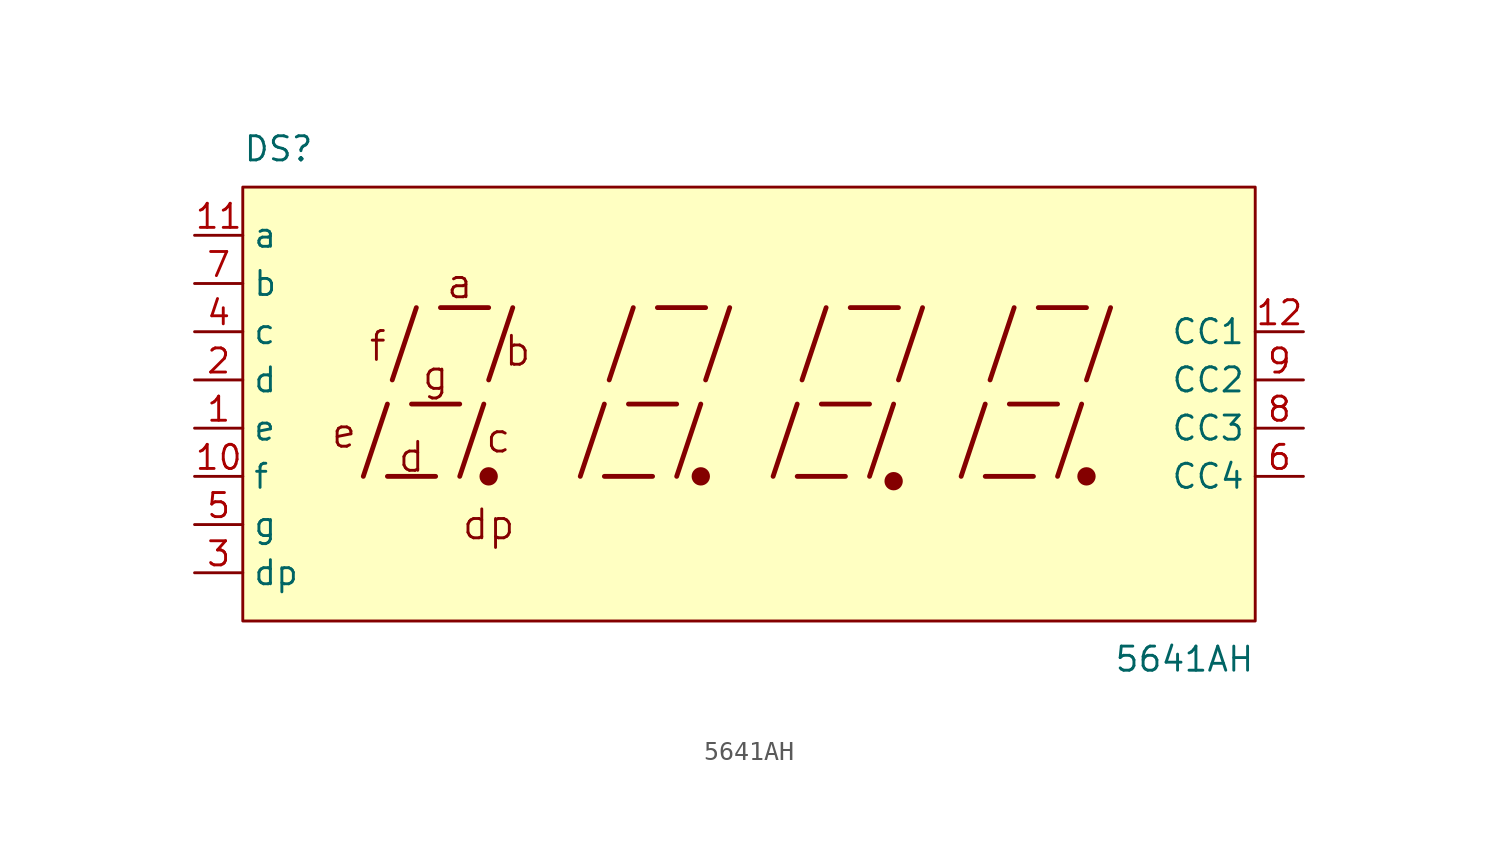
<source format=kicad_sym>
(kicad_symbol_lib
  (version 20211014)
  (generator kicad_symbol_editor)
  (symbol "5641AH"
    (property "Reference" "DS"
      (at -26.67 12.7 0)
      (effects (font (size 1.27 1.27)) (justify left bottom)))
    (property "Value" "5641AH"
      (at 26.67 -12.7 0)
      (effects (font (size 1.27 1.27)) (justify right top)))
    (symbol "5641AH_0_0"
      (rectangle (start -26.67 11.43) (end 26.67 -11.43) (stroke (width 0) (type default) (color 0 0 0 0)) (fill (type background)))
      (polyline (pts (xy -20.32 -3.81) (xy -19.05 0)) (stroke (width 0.254) (type default) (color 0 0 0 0)) (fill (type none)))
      (polyline (pts (xy -19.05 -3.81) (xy -16.51 -3.81)) (stroke (width 0.254) (type default) (color 0 0 0 0)) (fill (type none)))
      (polyline (pts (xy -18.796 1.27) (xy -17.526 5.08)) (stroke (width 0.254) (type default) (color 0 0 0 0)) (fill (type none)))
      (polyline (pts (xy -17.78 0) (xy -15.24 0)) (stroke (width 0.254) (type default) (color 0 0 0 0)) (fill (type none)))
      (polyline (pts (xy -16.256 5.08) (xy -13.716 5.08)) (stroke (width 0.254) (type default) (color 0 0 0 0)) (fill (type none)))
      (polyline (pts (xy -15.24 -3.81) (xy -13.97 0)) (stroke (width 0.254) (type default) (color 0 0 0 0)) (fill (type none)))
      (polyline (pts (xy -13.716 1.27) (xy -12.446 5.08)) (stroke (width 0.254) (type default) (color 0 0 0 0)) (fill (type none)))
      (polyline (pts (xy -8.89 -3.81) (xy -7.62 0)) (stroke (width 0.254) (type default) (color 0 0 0 0)) (fill (type none)))
      (polyline (pts (xy -7.62 -3.81) (xy -5.08 -3.81)) (stroke (width 0.254) (type default) (color 0 0 0 0)) (fill (type none)))
      (polyline (pts (xy -7.366 1.27) (xy -6.096 5.08)) (stroke (width 0.254) (type default) (color 0 0 0 0)) (fill (type none)))
      (polyline (pts (xy -6.35 0) (xy -3.81 0)) (stroke (width 0.254) (type default) (color 0 0 0 0)) (fill (type none)))
      (polyline (pts (xy -4.826 5.08) (xy -2.286 5.08)) (stroke (width 0.254) (type default) (color 0 0 0 0)) (fill (type none)))
      (polyline (pts (xy -3.81 -3.81) (xy -2.54 0)) (stroke (width 0.254) (type default) (color 0 0 0 0)) (fill (type none)))
      (polyline (pts (xy -2.286 1.27) (xy -1.016 5.08)) (stroke (width 0.254) (type default) (color 0 0 0 0)) (fill (type none)))
      (polyline (pts (xy 1.27 -3.81) (xy 2.54 0)) (stroke (width 0.254) (type default) (color 0 0 0 0)) (fill (type none)))
      (polyline (pts (xy 2.54 -3.81) (xy 5.08 -3.81)) (stroke (width 0.254) (type default) (color 0 0 0 0)) (fill (type none)))
      (polyline (pts (xy 2.794 1.27) (xy 4.064 5.08)) (stroke (width 0.254) (type default) (color 0 0 0 0)) (fill (type none)))
      (polyline (pts (xy 3.81 0) (xy 6.35 0)) (stroke (width 0.254) (type default) (color 0 0 0 0)) (fill (type none)))
      (polyline (pts (xy 5.334 5.08) (xy 7.874 5.08)) (stroke (width 0.254) (type default) (color 0 0 0 0)) (fill (type none)))
      (polyline (pts (xy 6.35 -3.81) (xy 7.62 0)) (stroke (width 0.254) (type default) (color 0 0 0 0)) (fill (type none)))
      (polyline (pts (xy 7.874 1.27) (xy 9.144 5.08)) (stroke (width 0.254) (type default) (color 0 0 0 0)) (fill (type none)))
      (polyline (pts (xy 11.176 -3.81) (xy 12.446 0)) (stroke (width 0.254) (type default) (color 0 0 0 0)) (fill (type none)))
      (polyline (pts (xy 12.446 -3.81) (xy 14.986 -3.81)) (stroke (width 0.254) (type default) (color 0 0 0 0)) (fill (type none)))
      (polyline (pts (xy 12.7 1.27) (xy 13.97 5.08)) (stroke (width 0.254) (type default) (color 0 0 0 0)) (fill (type none)))
      (polyline (pts (xy 13.716 0) (xy 16.256 0)) (stroke (width 0.254) (type default) (color 0 0 0 0)) (fill (type none)))
      (polyline (pts (xy 15.24 5.08) (xy 17.78 5.08)) (stroke (width 0.254) (type default) (color 0 0 0 0)) (fill (type none)))
      (polyline (pts (xy 16.256 -3.81) (xy 17.526 0)) (stroke (width 0.254) (type default) (color 0 0 0 0)) (fill (type none)))
      (polyline (pts (xy 17.78 1.27) (xy 19.05 5.08)) (stroke (width 0.254) (type default) (color 0 0 0 0)) (fill (type none)))
      (text "a" (at -15.24 6.35 0) (effects (font (size 1.524 1.524))))
      (text "b" (at -12.192 2.794 0) (effects (font (size 1.524 1.524))))
      (text "c" (at -13.208 -1.778 0) (effects (font (size 1.524 1.524))))
      (text "d" (at -17.78 -2.794 0) (effects (font (size 1.524 1.524))))
      (text "dp" (at -13.716 -6.35 0) (effects (font (size 1.524 1.524))))
      (text "e" (at -21.336 -1.524 0) (effects (font (size 1.524 1.524))))
      (text "f" (at -19.558 3.048 0) (effects (font (size 1.524 1.524))))
      (text "g" (at -16.51 1.524 0) (effects (font (size 1.524 1.524)))))
    (symbol "5641AH_0_1"
      (circle (center -13.716 -3.81) (radius 0.356) (stroke (width 0.254) (type default) (color 0 0 0 0)) (fill (type outline)))
      (circle (center -2.54 -3.81) (radius 0.356) (stroke (width 0.254) (type default) (color 0 0 0 0)) (fill (type outline))))
    (symbol "5641AH_1_0"
      (circle (center 7.62 -4.064) (radius 0.356) (stroke (width 0.254) (type default) (color 0 0 0 0)) (fill (type outline)))
      (circle (center 17.78 -3.81) (radius 0.356) (stroke (width 0.254) (type default) (color 0 0 0 0)) (fill (type outline))))
    (symbol "5641AH_1_1"
      (pin input line (at -29.21 -1.27 0) (length 2.54) (name "e" (effects (font (size 1.27 1.27)))) (number "1" (effects (font (size 1.27 1.27)))))
      (pin input line (at -29.21 -3.81 0) (length 2.54) (name "f" (effects (font (size 1.27 1.27)))) (number "10" (effects (font (size 1.27 1.27)))))
      (pin input line (at -29.21 8.89 0) (length 2.54) (name "a" (effects (font (size 1.27 1.27)))) (number "11" (effects (font (size 1.27 1.27)))))
      (pin input line (at 29.21 3.81 180) (length 2.54) (name "CC1" (effects (font (size 1.27 1.27)))) (number "12" (effects (font (size 1.27 1.27)))))
      (pin input line (at -29.21 1.27 0) (length 2.54) (name "d" (effects (font (size 1.27 1.27)))) (number "2" (effects (font (size 1.27 1.27)))))
      (pin input line (at -29.21 -8.89 0) (length 2.54) (name "dp" (effects (font (size 1.27 1.27)))) (number "3" (effects (font (size 1.27 1.27)))))
      (pin input line (at -29.21 3.81 0) (length 2.54) (name "c" (effects (font (size 1.27 1.27)))) (number "4" (effects (font (size 1.27 1.27)))))
      (pin input line (at -29.21 -6.35 0) (length 2.54) (name "g" (effects (font (size 1.27 1.27)))) (number "5" (effects (font (size 1.27 1.27)))))
      (pin input line (at 29.21 -3.81 180) (length 2.54) (name "CC4" (effects (font (size 1.27 1.27)))) (number "6" (effects (font (size 1.27 1.27)))))
      (pin input line (at -29.21 6.35 0) (length 2.54) (name "b" (effects (font (size 1.27 1.27)))) (number "7" (effects (font (size 1.27 1.27)))))
      (pin input line (at 29.21 -1.27 180) (length 2.54) (name "CC3" (effects (font (size 1.27 1.27)))) (number "8" (effects (font (size 1.27 1.27)))))
      (pin input line (at 29.21 1.27 180) (length 2.54) (name "CC2" (effects (font (size 1.27 1.27)))) (number "9" (effects (font (size 1.27 1.27))))))))
</source>
